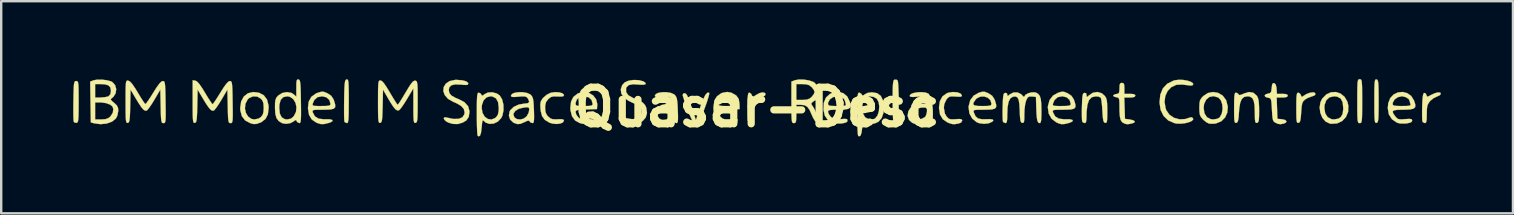
<source format=kicad_pcb>
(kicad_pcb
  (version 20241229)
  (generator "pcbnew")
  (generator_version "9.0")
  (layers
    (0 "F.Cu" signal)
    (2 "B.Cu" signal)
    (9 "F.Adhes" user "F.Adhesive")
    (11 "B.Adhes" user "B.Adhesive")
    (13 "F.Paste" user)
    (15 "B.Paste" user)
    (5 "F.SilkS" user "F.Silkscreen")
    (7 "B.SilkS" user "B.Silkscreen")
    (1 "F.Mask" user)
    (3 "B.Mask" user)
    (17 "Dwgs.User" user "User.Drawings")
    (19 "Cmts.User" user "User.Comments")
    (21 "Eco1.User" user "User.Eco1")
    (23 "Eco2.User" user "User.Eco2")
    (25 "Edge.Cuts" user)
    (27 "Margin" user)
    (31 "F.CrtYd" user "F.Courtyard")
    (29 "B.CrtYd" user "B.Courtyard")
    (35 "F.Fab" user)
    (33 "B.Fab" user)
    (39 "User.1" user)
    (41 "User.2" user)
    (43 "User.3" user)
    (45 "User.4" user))
  (footprint "Quasar-Desc"
    (layer "F.Cu")
    (at 28.496 1.418)
    (property "Reference" "Quasar-Desc" (at 0 0 0) (layer "F.SilkS") (effects (font (size 1.524 1.524) (thickness 0.3))))
    (attr through_hole)
    (fp_poly (pts (xy 5.812 -1.144) (xy 5.846 -1.112) (xy 5.862 -1.039) (xy 5.874 -0.886) (xy 5.883 -0.676) (xy 5.889 -0.429) (xy 5.892 -0.169) (xy 5.891 0.084) (xy 5.886 0.306) (xy 5.877 0.477) (xy 5.864 0.574) (xy 5.862 0.58) (xy 5.793 0.652) (xy 5.7 0.647) (xy 5.673 0.627) (xy 5.661 0.567) (xy 5.652 0.423) (xy 5.644 0.213) (xy 5.64 -0.047) (xy 5.639 -0.264) (xy 5.64 -0.583) (xy 5.644 -0.814) (xy 5.653 -0.973) (xy 5.667 -1.072) (xy 5.689 -1.127) (xy 5.719 -1.152) (xy 5.72 -1.152) (xy 5.812 -1.144)) (stroke (width 0.01) (type solid)) (fill yes) (layer "F.SilkS"))
    (fp_poly (pts (xy -28.335 -1.088) (xy -28.308 -1.065) (xy -28.29 -1.009) (xy -28.279 -0.906) (xy -28.273 -0.742) (xy -28.271 -0.503) (xy -28.27 -0.229) (xy -28.271 0.087) (xy -28.275 0.317) (xy -28.282 0.473) (xy -28.295 0.57) (xy -28.315 0.624) (xy -28.344 0.647) (xy -28.359 0.651) (xy -28.447 0.633) (xy -28.475 0.599) (xy -28.483 0.526) (xy -28.489 0.371) (xy -28.491 0.153) (xy -28.49 -0.111) (xy -28.487 -0.281) (xy -28.482 -0.585) (xy -28.475 -0.802) (xy -28.465 -0.946) (xy -28.45 -1.032) (xy -28.427 -1.076) (xy -28.395 -1.091) (xy -28.372 -1.092) (xy -28.335 -1.088)) (stroke (width 0.01) (type solid)) (fill yes) (layer "F.SilkS"))
    (fp_poly (pts (xy -17.075 -1.158) (xy -17.052 -1.133) (xy -17.036 -1.069) (xy -17.026 -0.955) (xy -17.021 -0.776) (xy -17.018 -0.519) (xy -17.018 -0.258) (xy -17.019 0.073) (xy -17.023 0.315) (xy -17.03 0.481) (xy -17.043 0.585) (xy -17.062 0.641) (xy -17.088 0.66) (xy -17.096 0.66) (xy -17.18 0.624) (xy -17.199 0.595) (xy -17.206 0.524) (xy -17.211 0.37) (xy -17.213 0.152) (xy -17.212 -0.112) (xy -17.21 -0.306) (xy -17.204 -0.617) (xy -17.196 -0.842) (xy -17.185 -0.993) (xy -17.169 -1.087) (xy -17.147 -1.136) (xy -17.116 -1.157) (xy -17.107 -1.159) (xy -17.075 -1.158)) (stroke (width 0.01) (type solid)) (fill yes) (layer "F.SilkS"))
    (fp_poly (pts (xy 25.794 -1.159) (xy 25.826 -1.144) (xy 25.849 -1.106) (xy 25.865 -1.03) (xy 25.875 -0.902) (xy 25.88 -0.708) (xy 25.882 -0.434) (xy 25.883 -0.254) (xy 25.882 0.068) (xy 25.878 0.302) (xy 25.871 0.463) (xy 25.858 0.564) (xy 25.839 0.62) (xy 25.812 0.645) (xy 25.794 0.651) (xy 25.762 0.65) (xy 25.739 0.625) (xy 25.723 0.562) (xy 25.713 0.447) (xy 25.707 0.269) (xy 25.705 0.012) (xy 25.705 -0.254) (xy 25.705 -0.581) (xy 25.708 -0.82) (xy 25.715 -0.984) (xy 25.726 -1.087) (xy 25.743 -1.141) (xy 25.768 -1.16) (xy 25.794 -1.159)) (stroke (width 0.01) (type solid)) (fill yes) (layer "F.SilkS"))
    (fp_poly (pts (xy 25.131 -1.164) (xy 25.158 -1.142) (xy 25.176 -1.088) (xy 25.187 -0.989) (xy 25.194 -0.83) (xy 25.196 -0.599) (xy 25.197 -0.28) (xy 25.197 -0.254) (xy 25.196 0.071) (xy 25.194 0.308) (xy 25.188 0.472) (xy 25.177 0.575) (xy 25.159 0.631) (xy 25.133 0.655) (xy 25.098 0.66) (xy 25.095 0.66) (xy 25.059 0.656) (xy 25.033 0.634) (xy 25.015 0.58) (xy 25.003 0.481) (xy 24.997 0.322) (xy 24.994 0.091) (xy 24.994 -0.228) (xy 24.994 -0.254) (xy 24.994 -0.579) (xy 24.997 -0.816) (xy 25.003 -0.98) (xy 25.014 -1.083) (xy 25.031 -1.139) (xy 25.057 -1.163) (xy 25.092 -1.168) (xy 25.095 -1.168) (xy 25.131 -1.164)) (stroke (width 0.01) (type solid)) (fill yes) (layer "F.SilkS"))
    (fp_poly (pts (xy -2.002 -0.596) (xy -2.005 -0.538) (xy -2.04 -0.405) (xy -2.1 -0.215) (xy -2.181 0.012) (xy -2.19 0.037) (xy -2.288 0.294) (xy -2.364 0.469) (xy -2.424 0.577) (xy -2.477 0.633) (xy -2.524 0.651) (xy -2.645 0.62) (xy -2.709 0.549) (xy -2.756 0.454) (xy -2.825 0.291) (xy -2.904 0.089) (xy -2.983 -0.123) (xy -3.051 -0.316) (xy -3.097 -0.463) (xy -3.109 -0.508) (xy -3.082 -0.572) (xy -3.027 -0.584) (xy -2.978 -0.567) (xy -2.928 -0.504) (xy -2.871 -0.382) (xy -2.798 -0.185) (xy -2.743 -0.025) (xy -2.557 0.533) (xy -2.38 0.004) (xy -2.269 -0.298) (xy -2.171 -0.5) (xy -2.085 -0.603) (xy -2.012 -0.605) (xy -2.002 -0.596)) (stroke (width 0.01) (type solid)) (fill yes) (layer "F.SilkS"))
    (fp_poly (pts (xy 0.318 -0.596) (xy 0.344 -0.553) (xy 0.316 -0.48) (xy 0.215 -0.442) (xy 0.066 -0.387) (xy -0.054 -0.313) (xy -0.117 -0.25) (xy -0.157 -0.17) (xy -0.182 -0.046) (xy -0.199 0.147) (xy -0.203 0.211) (xy -0.219 0.424) (xy -0.24 0.556) (xy -0.271 0.625) (xy -0.316 0.651) (xy -0.318 0.651) (xy -0.354 0.65) (xy -0.379 0.619) (xy -0.395 0.542) (xy -0.403 0.405) (xy -0.406 0.191) (xy -0.406 0.029) (xy -0.404 -0.243) (xy -0.397 -0.428) (xy -0.384 -0.541) (xy -0.361 -0.597) (xy -0.334 -0.61) (xy -0.261 -0.567) (xy -0.229 -0.509) (xy -0.202 -0.444) (xy -0.162 -0.439) (xy -0.075 -0.495) (xy -0.06 -0.506) (xy 0.091 -0.589) (xy 0.226 -0.62) (xy 0.318 -0.596)) (stroke (width 0.01) (type solid)) (fill yes) (layer "F.SilkS"))
    (fp_poly (pts (xy 28.448 -0.61) (xy 28.474 -0.562) (xy 28.429 -0.501) (xy 28.319 -0.449) (xy 28.313 -0.447) (xy 28.172 -0.38) (xy 28.037 -0.268) (xy 28.02 -0.25) (xy 27.951 -0.155) (xy 27.911 -0.055) (xy 27.893 0.083) (xy 27.889 0.283) (xy 27.885 0.482) (xy 27.871 0.599) (xy 27.842 0.651) (xy 27.811 0.66) (xy 27.727 0.623) (xy 27.708 0.594) (xy 27.699 0.518) (xy 27.694 0.364) (xy 27.694 0.158) (xy 27.697 -0.025) (xy 27.708 -0.292) (xy 27.725 -0.47) (xy 27.751 -0.569) (xy 27.778 -0.598) (xy 27.842 -0.575) (xy 27.872 -0.518) (xy 27.895 -0.453) (xy 27.936 -0.444) (xy 28.025 -0.489) (xy 28.059 -0.508) (xy 28.205 -0.577) (xy 28.34 -0.617) (xy 28.346 -0.618) (xy 28.448 -0.61)) (stroke (width 0.01) (type solid)) (fill yes) (layer "F.SilkS"))
    (fp_poly (pts (xy 23.215 -0.61) (xy 23.257 -0.55) (xy 23.209 -0.49) (xy 23.084 -0.444) (xy 23.074 -0.442) (xy 22.926 -0.387) (xy 22.806 -0.313) (xy 22.743 -0.25) (xy 22.703 -0.17) (xy 22.678 -0.046) (xy 22.661 0.147) (xy 22.657 0.211) (xy 22.641 0.424) (xy 22.62 0.556) (xy 22.589 0.625) (xy 22.544 0.651) (xy 22.543 0.651) (xy 22.506 0.65) (xy 22.481 0.619) (xy 22.465 0.542) (xy 22.457 0.405) (xy 22.454 0.191) (xy 22.454 0.029) (xy 22.455 -0.239) (xy 22.461 -0.421) (xy 22.474 -0.533) (xy 22.494 -0.59) (xy 22.526 -0.609) (xy 22.535 -0.61) (xy 22.611 -0.567) (xy 22.643 -0.506) (xy 22.674 -0.435) (xy 22.728 -0.453) (xy 22.752 -0.473) (xy 22.876 -0.55) (xy 23.024 -0.604) (xy 23.155 -0.623) (xy 23.215 -0.61)) (stroke (width 0.01) (type solid)) (fill yes) (layer "F.SilkS"))
    (fp_poly (pts (xy 8.327 -0.622) (xy 8.46 -0.576) (xy 8.523 -0.503) (xy 8.524 -0.5) (xy 8.515 -0.456) (xy 8.454 -0.438) (xy 8.319 -0.442) (xy 8.265 -0.446) (xy 8.101 -0.454) (xy 8.001 -0.437) (xy 7.929 -0.384) (xy 7.882 -0.329) (xy 7.788 -0.128) (xy 7.772 0.025) (xy 7.814 0.262) (xy 7.882 0.38) (xy 7.956 0.461) (xy 8.036 0.499) (xy 8.157 0.504) (xy 8.263 0.497) (xy 8.422 0.488) (xy 8.504 0.5) (xy 8.533 0.539) (xy 8.534 0.561) (xy 8.487 0.639) (xy 8.376 0.679) (xy 8.227 0.704) (xy 8.117 0.699) (xy 7.992 0.659) (xy 7.922 0.631) (xy 7.73 0.501) (xy 7.612 0.302) (xy 7.57 0.037) (xy 7.569 0.018) (xy 7.606 -0.252) (xy 7.714 -0.453) (xy 7.892 -0.581) (xy 7.972 -0.609) (xy 8.155 -0.635) (xy 8.327 -0.622)) (stroke (width 0.01) (type solid)) (fill yes) (layer "F.SilkS"))
    (fp_poly (pts (xy 24.297 -0.57) (xy 24.463 -0.435) (xy 24.58 -0.235) (xy 24.622 -0.064) (xy 24.612 0.191) (xy 24.521 0.408) (xy 24.364 0.574) (xy 24.156 0.672) (xy 23.914 0.689) (xy 23.845 0.678) (xy 23.672 0.594) (xy 23.539 0.438) (xy 23.455 0.236) (xy 23.427 0.025) (xy 23.622 0.025) (xy 23.658 0.254) (xy 23.76 0.414) (xy 23.923 0.497) (xy 24.024 0.508) (xy 24.214 0.473) (xy 24.313 0.401) (xy 24.38 0.281) (xy 24.408 0.101) (xy 24.409 0.025) (xy 24.384 -0.209) (xy 24.303 -0.363) (xy 24.162 -0.442) (xy 24.024 -0.457) (xy 23.834 -0.414) (xy 23.701 -0.291) (xy 23.631 -0.096) (xy 23.622 0.025) (xy 23.427 0.025) (xy 23.425 0.012) (xy 23.459 -0.208) (xy 23.53 -0.356) (xy 23.7 -0.532) (xy 23.897 -0.624) (xy 24.103 -0.635) (xy 24.297 -0.57)) (stroke (width 0.01) (type solid)) (fill yes) (layer "F.SilkS"))
    (fp_poly (pts (xy -20.76 -0.605) (xy -20.559 -0.502) (xy -20.425 -0.325) (xy -20.361 -0.079) (xy -20.356 0.029) (xy -20.387 0.292) (xy -20.485 0.485) (xy -20.654 0.617) (xy -20.703 0.639) (xy -20.858 0.693) (xy -20.979 0.7) (xy -21.107 0.668) (xy -21.328 0.553) (xy -21.469 0.376) (xy -21.534 0.133) (xy -21.538 0.05) (xy -21.343 0.05) (xy -21.303 0.235) (xy -21.21 0.389) (xy -21.071 0.486) (xy -20.951 0.508) (xy -20.775 0.472) (xy -20.676 0.406) (xy -20.604 0.313) (xy -20.57 0.195) (xy -20.561 0.025) (xy -20.571 -0.152) (xy -20.607 -0.267) (xy -20.676 -0.356) (xy -20.829 -0.445) (xy -21.005 -0.454) (xy -21.167 -0.385) (xy -21.231 -0.323) (xy -21.322 -0.145) (xy -21.343 0.05) (xy -21.538 0.05) (xy -21.539 0.025) (xy -21.5 -0.243) (xy -21.389 -0.448) (xy -21.218 -0.582) (xy -20.996 -0.635) (xy -20.76 -0.605)) (stroke (width 0.01) (type solid)) (fill yes) (layer "F.SilkS"))
    (fp_poly (pts (xy -8.261 -0.621) (xy -8.128 -0.585) (xy -8.057 -0.528) (xy -8.052 -0.506) (xy -8.075 -0.462) (xy -8.159 -0.445) (xy -8.316 -0.449) (xy -8.485 -0.452) (xy -8.595 -0.426) (xy -8.687 -0.359) (xy -8.71 -0.337) (xy -8.799 -0.219) (xy -8.835 -0.074) (xy -8.839 0.025) (xy -8.823 0.202) (xy -8.763 0.328) (xy -8.71 0.388) (xy -8.616 0.466) (xy -8.514 0.5) (xy -8.363 0.503) (xy -8.316 0.5) (xy -8.155 0.496) (xy -8.074 0.514) (xy -8.052 0.557) (xy -8.097 0.632) (xy -8.212 0.68) (xy -8.37 0.697) (xy -8.542 0.678) (xy -8.661 0.64) (xy -8.849 0.526) (xy -8.964 0.372) (xy -9.022 0.153) (xy -9.032 0.059) (xy -9.039 -0.118) (xy -9.02 -0.236) (xy -8.964 -0.336) (xy -8.917 -0.395) (xy -8.773 -0.52) (xy -8.606 -0.603) (xy -8.594 -0.606) (xy -8.427 -0.63) (xy -8.261 -0.621)) (stroke (width 0.01) (type solid)) (fill yes) (layer "F.SilkS"))
    (fp_poly (pts (xy 17.738 -1.139) (xy 17.918 -1.108) (xy 18.064 -1.059) (xy 18.15 -0.998) (xy 18.161 -0.965) (xy 18.122 -0.908) (xy 18.034 -0.905) (xy 17.9 -0.922) (xy 17.73 -0.943) (xy 17.697 -0.947) (xy 17.455 -0.935) (xy 17.25 -0.84) (xy 17.094 -0.679) (xy 16.996 -0.468) (xy 16.965 -0.221) (xy 17.01 0.045) (xy 17.04 0.128) (xy 17.169 0.312) (xy 17.36 0.44) (xy 17.589 0.503) (xy 17.828 0.491) (xy 17.957 0.448) (xy 18.077 0.415) (xy 18.142 0.444) (xy 18.16 0.509) (xy 18.097 0.572) (xy 17.974 0.626) (xy 17.812 0.666) (xy 17.632 0.685) (xy 17.455 0.677) (xy 17.38 0.662) (xy 17.121 0.55) (xy 16.926 0.363) (xy 16.802 0.113) (xy 16.756 -0.192) (xy 16.756 -0.198) (xy 16.789 -0.527) (xy 16.896 -0.787) (xy 17.077 -0.979) (xy 17.335 -1.107) (xy 17.389 -1.123) (xy 17.552 -1.145) (xy 17.738 -1.139)) (stroke (width 0.01) (type solid)) (fill yes) (layer "F.SilkS"))
    (fp_poly (pts (xy 21.592 -0.957) (xy 21.626 -0.83) (xy 21.631 -0.774) (xy 21.647 -0.559) (xy 21.872 -0.559) (xy 22.022 -0.549) (xy 22.089 -0.514) (xy 22.098 -0.483) (xy 22.068 -0.433) (xy 21.967 -0.41) (xy 21.867 -0.406) (xy 21.637 -0.406) (xy 21.666 0.483) (xy 21.857 0.498) (xy 21.99 0.53) (xy 22.046 0.583) (xy 22.018 0.642) (xy 21.933 0.679) (xy 21.796 0.706) (xy 21.691 0.691) (xy 21.59 0.646) (xy 21.53 0.609) (xy 21.491 0.556) (xy 21.467 0.467) (xy 21.451 0.318) (xy 21.438 0.1) (xy 21.425 -0.123) (xy 21.411 -0.264) (xy 21.389 -0.344) (xy 21.353 -0.38) (xy 21.296 -0.394) (xy 21.273 -0.397) (xy 21.171 -0.431) (xy 21.133 -0.483) (xy 21.177 -0.538) (xy 21.273 -0.568) (xy 21.361 -0.59) (xy 21.406 -0.647) (xy 21.425 -0.77) (xy 21.428 -0.803) (xy 21.446 -0.943) (xy 21.482 -1.002) (xy 21.53 -1.006) (xy 21.592 -0.957)) (stroke (width 0.01) (type solid)) (fill yes) (layer "F.SilkS"))
    (fp_poly (pts (xy 19.196 -0.599) (xy 19.385 -0.488) (xy 19.522 -0.309) (xy 19.537 -0.277) (xy 19.6 -0.021) (xy 19.58 0.221) (xy 19.485 0.429) (xy 19.324 0.587) (xy 19.106 0.674) (xy 19.073 0.68) (xy 18.924 0.688) (xy 18.816 0.678) (xy 18.713 0.628) (xy 18.591 0.531) (xy 18.562 0.502) (xy 18.48 0.405) (xy 18.436 0.307) (xy 18.418 0.171) (xy 18.415 0.025) (xy 18.593 0.025) (xy 18.628 0.254) (xy 18.731 0.414) (xy 18.894 0.497) (xy 18.995 0.508) (xy 19.167 0.48) (xy 19.265 0.419) (xy 19.349 0.265) (xy 19.383 0.072) (xy 19.368 -0.125) (xy 19.308 -0.295) (xy 19.205 -0.405) (xy 19.202 -0.407) (xy 19.009 -0.463) (xy 18.836 -0.43) (xy 18.699 -0.318) (xy 18.613 -0.139) (xy 18.593 0.025) (xy 18.415 0.025) (xy 18.415 0.023) (xy 18.42 -0.162) (xy 18.442 -0.282) (xy 18.494 -0.374) (xy 18.577 -0.465) (xy 18.768 -0.592) (xy 18.982 -0.635) (xy 19.196 -0.599)) (stroke (width 0.01) (type solid)) (fill yes) (layer "F.SilkS"))
    (fp_poly (pts (xy 15.253 -1.001) (xy 15.283 -0.939) (xy 15.291 -0.804) (xy 15.291 -0.787) (xy 15.291 -0.559) (xy 15.519 -0.559) (xy 15.67 -0.549) (xy 15.739 -0.515) (xy 15.748 -0.483) (xy 15.718 -0.433) (xy 15.617 -0.41) (xy 15.517 -0.406) (xy 15.287 -0.406) (xy 15.316 0.483) (xy 15.515 0.508) (xy 15.664 0.543) (xy 15.727 0.591) (xy 15.702 0.641) (xy 15.591 0.679) (xy 15.463 0.702) (xy 15.385 0.703) (xy 15.307 0.682) (xy 15.291 0.676) (xy 15.197 0.621) (xy 15.136 0.526) (xy 15.102 0.372) (xy 15.088 0.141) (xy 15.088 0.044) (xy 15.086 -0.168) (xy 15.079 -0.3) (xy 15.06 -0.372) (xy 15.022 -0.403) (xy 14.962 -0.415) (xy 14.959 -0.416) (xy 14.848 -0.45) (xy 14.826 -0.499) (xy 14.897 -0.54) (xy 14.948 -0.549) (xy 15.035 -0.569) (xy 15.075 -0.62) (xy 15.087 -0.732) (xy 15.088 -0.791) (xy 15.094 -0.932) (xy 15.123 -0.999) (xy 15.184 -1.016) (xy 15.189 -1.016) (xy 15.253 -1.001)) (stroke (width 0.01) (type solid)) (fill yes) (layer "F.SilkS"))
    (fp_poly (pts (xy -12.295 -1.124) (xy -12.13 -1.081) (xy -12.047 -1.017) (xy -12.04 -0.987) (xy -12.056 -0.945) (xy -12.119 -0.928) (xy -12.25 -0.934) (xy -12.337 -0.943) (xy -12.583 -0.953) (xy -12.746 -0.915) (xy -12.832 -0.826) (xy -12.852 -0.717) (xy -12.826 -0.589) (xy -12.738 -0.485) (xy -12.572 -0.391) (xy -12.434 -0.335) (xy -12.196 -0.209) (xy -12.046 -0.041) (xy -11.989 0.165) (xy -11.989 0.188) (xy -12.02 0.402) (xy -12.121 0.55) (xy -12.271 0.639) (xy -12.474 0.699) (xy -12.673 0.694) (xy -12.852 0.645) (xy -12.964 0.587) (xy -13.037 0.515) (xy -13.061 0.452) (xy -13.027 0.418) (xy -12.946 0.427) (xy -12.663 0.487) (xy -12.44 0.483) (xy -12.284 0.419) (xy -12.203 0.295) (xy -12.192 0.21) (xy -12.225 0.07) (xy -12.332 -0.051) (xy -12.523 -0.165) (xy -12.663 -0.225) (xy -12.882 -0.35) (xy -13.019 -0.506) (xy -13.079 -0.676) (xy -13.062 -0.842) (xy -12.973 -0.986) (xy -12.813 -1.091) (xy -12.585 -1.14) (xy -12.527 -1.141) (xy -12.295 -1.124)) (stroke (width 0.01) (type solid)) (fill yes) (layer "F.SilkS"))
    (fp_poly (pts (xy 20.661 -0.607) (xy 20.803 -0.487) (xy 20.818 -0.466) (xy 20.863 -0.369) (xy 20.89 -0.23) (xy 20.902 -0.025) (xy 20.904 0.149) (xy 20.902 0.377) (xy 20.893 0.522) (xy 20.874 0.604) (xy 20.841 0.642) (xy 20.815 0.65) (xy 20.773 0.649) (xy 20.746 0.611) (xy 20.732 0.518) (xy 20.727 0.353) (xy 20.726 0.218) (xy 20.716 -0.068) (xy 20.681 -0.266) (xy 20.615 -0.388) (xy 20.515 -0.447) (xy 20.427 -0.457) (xy 20.285 -0.432) (xy 20.185 -0.348) (xy 20.118 -0.193) (xy 20.078 0.044) (xy 20.066 0.195) (xy 20.05 0.413) (xy 20.03 0.548) (xy 20.001 0.621) (xy 19.959 0.649) (xy 19.952 0.651) (xy 19.915 0.65) (xy 19.89 0.619) (xy 19.874 0.542) (xy 19.866 0.405) (xy 19.863 0.191) (xy 19.863 0.029) (xy 19.865 -0.24) (xy 19.871 -0.423) (xy 19.884 -0.535) (xy 19.905 -0.592) (xy 19.937 -0.609) (xy 19.941 -0.61) (xy 20.025 -0.571) (xy 20.045 -0.541) (xy 20.08 -0.506) (xy 20.156 -0.52) (xy 20.266 -0.569) (xy 20.48 -0.635) (xy 20.661 -0.607)) (stroke (width 0.01) (type solid)) (fill yes) (layer "F.SilkS"))
    (fp_poly (pts (xy 14.354 -0.581) (xy 14.479 -0.47) (xy 14.527 -0.394) (xy 14.557 -0.297) (xy 14.573 -0.156) (xy 14.579 0.053) (xy 14.58 0.163) (xy 14.578 0.394) (xy 14.571 0.54) (xy 14.555 0.62) (xy 14.527 0.651) (xy 14.491 0.651) (xy 14.448 0.628) (xy 14.418 0.567) (xy 14.398 0.45) (xy 14.382 0.256) (xy 14.376 0.152) (xy 14.361 -0.065) (xy 14.341 -0.245) (xy 14.32 -0.365) (xy 14.31 -0.394) (xy 14.225 -0.444) (xy 14.089 -0.454) (xy 13.948 -0.42) (xy 13.921 -0.407) (xy 13.818 -0.296) (xy 13.75 -0.093) (xy 13.718 0.196) (xy 13.716 0.312) (xy 13.712 0.502) (xy 13.695 0.61) (xy 13.663 0.655) (xy 13.638 0.66) (xy 13.554 0.623) (xy 13.535 0.594) (xy 13.526 0.518) (xy 13.521 0.364) (xy 13.52 0.157) (xy 13.524 -0.028) (xy 13.532 -0.275) (xy 13.544 -0.439) (xy 13.562 -0.535) (xy 13.591 -0.584) (xy 13.627 -0.6) (xy 13.699 -0.582) (xy 13.716 -0.508) (xy 13.723 -0.433) (xy 13.76 -0.445) (xy 13.8 -0.483) (xy 13.98 -0.605) (xy 14.172 -0.637) (xy 14.354 -0.581)) (stroke (width 0.01) (type solid)) (fill yes) (layer "F.SilkS"))
    (fp_poly (pts (xy -4.933 -1.129) (xy -4.749 -1.079) (xy -4.732 -1.071) (xy -4.649 -1.007) (xy -4.658 -0.96) (xy -4.748 -0.936) (xy -4.91 -0.942) (xy -4.929 -0.945) (xy -5.183 -0.959) (xy -5.354 -0.923) (xy -5.448 -0.835) (xy -5.465 -0.791) (xy -5.464 -0.631) (xy -5.371 -0.499) (xy -5.182 -0.391) (xy -5.144 -0.376) (xy -4.917 -0.281) (xy -4.767 -0.191) (xy -4.675 -0.09) (xy -4.623 0.024) (xy -4.594 0.244) (xy -4.649 0.43) (xy -4.777 0.573) (xy -4.964 0.664) (xy -5.196 0.691) (xy -5.459 0.645) (xy -5.461 0.645) (xy -5.61 0.575) (xy -5.68 0.492) (xy -5.682 0.487) (xy -5.679 0.421) (xy -5.616 0.418) (xy -5.58 0.428) (xy -5.455 0.457) (xy -5.286 0.485) (xy -5.229 0.492) (xy -5.025 0.488) (xy -4.894 0.417) (xy -4.833 0.274) (xy -4.826 0.18) (xy -4.838 0.059) (xy -4.886 -0.027) (xy -4.992 -0.1) (xy -5.175 -0.178) (xy -5.182 -0.181) (xy -5.355 -0.265) (xy -5.513 -0.368) (xy -5.552 -0.4) (xy -5.663 -0.563) (xy -5.687 -0.747) (xy -5.627 -0.923) (xy -5.521 -1.036) (xy -5.362 -1.106) (xy -5.152 -1.137) (xy -4.933 -1.129)) (stroke (width 0.01) (type solid)) (fill yes) (layer "F.SilkS"))
    (fp_poly (pts (xy -7.01 -0.597) (xy -6.836 -0.491) (xy -6.714 -0.332) (xy -6.665 -0.133) (xy -6.666 -0.076) (xy -6.68 0.076) (xy -7.125 0.091) (xy -7.339 0.1) (xy -7.471 0.113) (xy -7.54 0.136) (xy -7.566 0.173) (xy -7.569 0.205) (xy -7.535 0.313) (xy -7.463 0.411) (xy -7.38 0.474) (xy -7.273 0.501) (xy -7.106 0.502) (xy -7.074 0.5) (xy -6.892 0.501) (xy -6.788 0.527) (xy -6.768 0.57) (xy -6.839 0.621) (xy -6.944 0.657) (xy -7.091 0.694) (xy -7.196 0.702) (xy -7.311 0.68) (xy -7.401 0.655) (xy -7.59 0.551) (xy -7.719 0.371) (xy -7.782 0.127) (xy -7.787 0.022) (xy -7.765 -0.17) (xy -7.569 -0.17) (xy -7.563 -0.108) (xy -7.529 -0.072) (xy -7.447 -0.056) (xy -7.292 -0.051) (xy -7.214 -0.051) (xy -7.025 -0.054) (xy -6.917 -0.068) (xy -6.868 -0.097) (xy -6.858 -0.141) (xy -6.903 -0.302) (xy -7.024 -0.414) (xy -7.197 -0.457) (xy -7.2 -0.457) (xy -7.387 -0.422) (xy -7.516 -0.326) (xy -7.569 -0.184) (xy -7.569 -0.17) (xy -7.765 -0.17) (xy -7.757 -0.239) (xy -7.661 -0.43) (xy -7.492 -0.563) (xy -7.428 -0.593) (xy -7.214 -0.636) (xy -7.01 -0.597)) (stroke (width 0.01) (type solid)) (fill yes) (layer "F.SilkS"))
    (fp_poly (pts (xy -1.1 -0.611) (xy -1.056 -0.594) (xy -0.874 -0.488) (xy -0.774 -0.348) (xy -0.741 -0.146) (xy -0.741 -0.137) (xy -0.737 0.076) (xy -1.181 0.091) (xy -1.395 0.1) (xy -1.527 0.113) (xy -1.597 0.136) (xy -1.623 0.173) (xy -1.626 0.205) (xy -1.591 0.312) (xy -1.518 0.413) (xy -1.441 0.474) (xy -1.349 0.501) (xy -1.207 0.501) (xy -1.111 0.494) (xy -0.937 0.484) (xy -0.844 0.495) (xy -0.813 0.529) (xy -0.813 0.536) (xy -0.858 0.599) (xy -0.972 0.653) (xy -1.122 0.687) (xy -1.275 0.695) (xy -1.372 0.678) (xy -1.598 0.571) (xy -1.743 0.419) (xy -1.815 0.206) (xy -1.829 0.015) (xy -1.807 -0.141) (xy -1.626 -0.141) (xy -1.613 -0.093) (xy -1.559 -0.066) (xy -1.445 -0.053) (xy -1.27 -0.051) (xy -1.082 -0.054) (xy -0.974 -0.068) (xy -0.925 -0.097) (xy -0.914 -0.141) (xy -0.959 -0.303) (xy -1.081 -0.414) (xy -1.261 -0.457) (xy -1.27 -0.457) (xy -1.453 -0.418) (xy -1.577 -0.309) (xy -1.626 -0.149) (xy -1.626 -0.141) (xy -1.807 -0.141) (xy -1.792 -0.253) (xy -1.683 -0.453) (xy -1.506 -0.581) (xy -1.427 -0.608) (xy -1.251 -0.638) (xy -1.1 -0.611)) (stroke (width 0.01) (type solid)) (fill yes) (layer "F.SilkS"))
    (fp_poly (pts (xy 9.477 -0.643) (xy 9.607 -0.591) (xy 9.631 -0.58) (xy 9.786 -0.477) (xy 9.88 -0.332) (xy 9.902 -0.275) (xy 9.949 -0.114) (xy 9.951 -0.007) (xy 9.895 0.058) (xy 9.767 0.09) (xy 9.557 0.101) (xy 9.447 0.102) (xy 9.229 0.103) (xy 9.096 0.109) (xy 9.028 0.125) (xy 9.007 0.156) (xy 9.017 0.206) (xy 9.02 0.216) (xy 9.092 0.377) (xy 9.2 0.468) (xy 9.368 0.501) (xy 9.507 0.499) (xy 9.709 0.495) (xy 9.815 0.514) (xy 9.831 0.556) (xy 9.79 0.6) (xy 9.643 0.668) (xy 9.447 0.69) (xy 9.247 0.664) (xy 9.144 0.625) (xy 8.955 0.474) (xy 8.838 0.262) (xy 8.802 0.01) (xy 8.805 -0.044) (xy 8.826 -0.12) (xy 8.994 -0.12) (xy 9.053 -0.075) (xy 9.197 -0.054) (xy 9.373 -0.051) (xy 9.567 -0.053) (xy 9.682 -0.064) (xy 9.737 -0.089) (xy 9.753 -0.134) (xy 9.754 -0.152) (xy 9.711 -0.297) (xy 9.6 -0.398) (xy 9.451 -0.449) (xy 9.29 -0.443) (xy 9.145 -0.373) (xy 9.097 -0.323) (xy 9.012 -0.2) (xy 8.994 -0.12) (xy 8.826 -0.12) (xy 8.873 -0.299) (xy 9.016 -0.486) (xy 9.229 -0.605) (xy 9.37 -0.646) (xy 9.477 -0.643)) (stroke (width 0.01) (type solid)) (fill yes) (layer "F.SilkS"))
    (fp_poly (pts (xy -27.295 -1.15) (xy -27.088 -1.124) (xy -26.919 -1.078) (xy -26.872 -1.055) (xy -26.753 -0.927) (xy -26.705 -0.759) (xy -26.728 -0.584) (xy -26.822 -0.433) (xy -26.867 -0.396) (xy -26.925 -0.348) (xy -26.926 -0.305) (xy -26.86 -0.239) (xy -26.794 -0.186) (xy -26.677 -0.075) (xy -26.628 0.037) (xy -26.619 0.148) (xy -26.656 0.35) (xy -26.723 0.474) (xy -26.881 0.6) (xy -27.103 0.679) (xy -27.359 0.704) (xy -27.621 0.67) (xy -27.635 0.666) (xy -27.762 0.631) (xy -27.776 -0.203) (xy -27.584 -0.203) (xy -27.584 0.508) (xy -27.328 0.508) (xy -27.149 0.496) (xy -27.028 0.45) (xy -26.947 0.383) (xy -26.848 0.232) (xy -26.826 0.07) (xy -26.862 -0.035) (xy -26.96 -0.112) (xy -27.126 -0.172) (xy -27.326 -0.201) (xy -27.385 -0.203) (xy -27.584 -0.203) (xy -27.776 -0.203) (xy -27.776 -0.219) (xy -27.788 -0.965) (xy -27.584 -0.965) (xy -27.584 -0.406) (xy -27.352 -0.406) (xy -27.188 -0.418) (xy -27.054 -0.446) (xy -27.022 -0.459) (xy -26.944 -0.55) (xy -26.924 -0.686) (xy -26.949 -0.827) (xy -27.033 -0.915) (xy -27.19 -0.957) (xy -27.352 -0.965) (xy -27.584 -0.965) (xy -27.788 -0.965) (xy -27.79 -1.068) (xy -27.649 -1.123) (xy -27.497 -1.151) (xy -27.295 -1.15)) (stroke (width 0.01) (type solid)) (fill yes) (layer "F.SilkS"))
    (fp_poly (pts (xy -10.849 -0.573) (xy -10.729 -0.491) (xy -10.63 -0.33) (xy -10.576 -0.113) (xy -10.571 0.124) (xy -10.616 0.343) (xy -10.665 0.446) (xy -10.804 0.595) (xy -10.978 0.679) (xy -11.159 0.693) (xy -11.321 0.634) (xy -11.388 0.573) (xy -11.425 0.543) (xy -11.449 0.571) (xy -11.466 0.672) (xy -11.481 0.839) (xy -11.509 1.063) (xy -11.553 1.187) (xy -11.613 1.212) (xy -11.649 1.186) (xy -11.66 1.126) (xy -11.67 0.982) (xy -11.678 0.771) (xy -11.683 0.509) (xy -11.684 0.271) (xy -11.683 0.025) (xy -11.481 0.025) (xy -11.447 0.233) (xy -11.356 0.391) (xy -11.226 0.487) (xy -11.076 0.511) (xy -10.924 0.451) (xy -10.871 0.406) (xy -10.806 0.309) (xy -10.775 0.165) (xy -10.77 0.025) (xy -10.798 -0.214) (xy -10.884 -0.371) (xy -11.03 -0.448) (xy -11.122 -0.457) (xy -11.282 -0.411) (xy -11.403 -0.285) (xy -11.471 -0.095) (xy -11.481 0.025) (xy -11.683 0.025) (xy -11.683 -0.052) (xy -11.679 -0.286) (xy -11.671 -0.446) (xy -11.657 -0.544) (xy -11.637 -0.594) (xy -11.61 -0.609) (xy -11.606 -0.61) (xy -11.522 -0.568) (xy -11.498 -0.531) (xy -11.466 -0.482) (xy -11.414 -0.504) (xy -11.374 -0.538) (xy -11.223 -0.613) (xy -11.035 -0.624) (xy -10.849 -0.573)) (stroke (width 0.01) (type solid)) (fill yes) (layer "F.SilkS"))
    (fp_poly (pts (xy 12.779 -0.643) (xy 12.909 -0.591) (xy 12.933 -0.58) (xy 13.088 -0.477) (xy 13.182 -0.332) (xy 13.204 -0.275) (xy 13.251 -0.114) (xy 13.253 -0.007) (xy 13.197 0.058) (xy 13.069 0.09) (xy 12.859 0.101) (xy 12.749 0.102) (xy 12.531 0.103) (xy 12.398 0.109) (xy 12.329 0.125) (xy 12.308 0.156) (xy 12.317 0.206) (xy 12.32 0.216) (xy 12.407 0.379) (xy 12.558 0.473) (xy 12.781 0.502) (xy 12.846 0.499) (xy 13.026 0.501) (xy 13.127 0.528) (xy 13.144 0.571) (xy 13.069 0.623) (xy 12.97 0.657) (xy 12.792 0.699) (xy 12.663 0.703) (xy 12.538 0.665) (xy 12.446 0.622) (xy 12.258 0.475) (xy 12.14 0.266) (xy 12.104 0.015) (xy 12.107 -0.044) (xy 12.124 -0.107) (xy 12.309 -0.107) (xy 12.327 -0.073) (xy 12.396 -0.057) (xy 12.534 -0.051) (xy 12.671 -0.051) (xy 12.869 -0.054) (xy 12.985 -0.066) (xy 13.04 -0.091) (xy 13.056 -0.135) (xy 13.056 -0.141) (xy 13.011 -0.303) (xy 12.89 -0.414) (xy 12.712 -0.457) (xy 12.705 -0.457) (xy 12.514 -0.42) (xy 12.383 -0.303) (xy 12.322 -0.165) (xy 12.309 -0.107) (xy 12.124 -0.107) (xy 12.175 -0.299) (xy 12.318 -0.486) (xy 12.531 -0.605) (xy 12.672 -0.646) (xy 12.779 -0.643)) (stroke (width 0.01) (type solid)) (fill yes) (layer "F.SilkS"))
    (fp_poly (pts (xy -18.057 -0.643) (xy -17.926 -0.591) (xy -17.903 -0.58) (xy -17.748 -0.477) (xy -17.654 -0.332) (xy -17.632 -0.275) (xy -17.585 -0.114) (xy -17.583 -0.007) (xy -17.639 0.058) (xy -17.766 0.09) (xy -17.977 0.101) (xy -18.087 0.102) (xy -18.304 0.103) (xy -18.438 0.109) (xy -18.506 0.125) (xy -18.527 0.156) (xy -18.518 0.206) (xy -18.516 0.216) (xy -18.428 0.379) (xy -18.277 0.473) (xy -18.054 0.502) (xy -17.99 0.499) (xy -17.81 0.501) (xy -17.709 0.528) (xy -17.692 0.571) (xy -17.766 0.623) (xy -17.866 0.657) (xy -18.044 0.699) (xy -18.175 0.702) (xy -18.307 0.664) (xy -18.373 0.637) (xy -18.56 0.509) (xy -18.673 0.316) (xy -18.717 0.052) (xy -18.717 0.023) (xy -18.701 -0.107) (xy -18.527 -0.107) (xy -18.509 -0.073) (xy -18.44 -0.057) (xy -18.302 -0.051) (xy -18.164 -0.051) (xy -17.967 -0.054) (xy -17.851 -0.066) (xy -17.795 -0.091) (xy -17.78 -0.135) (xy -17.78 -0.141) (xy -17.825 -0.303) (xy -17.946 -0.414) (xy -18.124 -0.457) (xy -18.131 -0.457) (xy -18.322 -0.42) (xy -18.453 -0.303) (xy -18.514 -0.165) (xy -18.527 -0.107) (xy -18.701 -0.107) (xy -18.685 -0.239) (xy -18.577 -0.434) (xy -18.391 -0.57) (xy -18.305 -0.605) (xy -18.164 -0.646) (xy -18.057 -0.643)) (stroke (width 0.01) (type solid)) (fill yes) (layer "F.SilkS"))
    (fp_poly (pts (xy 27.076 -0.588) (xy 27.242 -0.468) (xy 27.36 -0.275) (xy 27.409 -0.118) (xy 27.407 -0.011) (xy 27.342 0.055) (xy 27.202 0.089) (xy 26.977 0.101) (xy 26.892 0.102) (xy 26.663 0.107) (xy 26.525 0.128) (xy 26.469 0.173) (xy 26.487 0.251) (xy 26.569 0.37) (xy 26.577 0.38) (xy 26.647 0.459) (xy 26.72 0.497) (xy 26.83 0.505) (xy 26.983 0.494) (xy 27.157 0.484) (xy 27.25 0.495) (xy 27.279 0.531) (xy 27.28 0.535) (xy 27.267 0.596) (xy 27.213 0.635) (xy 27.095 0.664) (xy 27 0.679) (xy 26.783 0.679) (xy 26.645 0.641) (xy 26.437 0.498) (xy 26.309 0.296) (xy 26.264 0.04) (xy 26.282 -0.143) (xy 26.467 -0.143) (xy 26.478 -0.096) (xy 26.527 -0.068) (xy 26.633 -0.055) (xy 26.817 -0.051) (xy 26.853 -0.051) (xy 27.05 -0.054) (xy 27.162 -0.065) (xy 27.21 -0.088) (xy 27.21 -0.127) (xy 27.209 -0.131) (xy 27.181 -0.226) (xy 27.178 -0.255) (xy 27.133 -0.346) (xy 27.02 -0.42) (xy 26.873 -0.456) (xy 26.846 -0.457) (xy 26.682 -0.419) (xy 26.547 -0.323) (xy 26.473 -0.192) (xy 26.467 -0.143) (xy 26.282 -0.143) (xy 26.284 -0.169) (xy 26.366 -0.382) (xy 26.508 -0.532) (xy 26.688 -0.618) (xy 26.884 -0.637) (xy 27.076 -0.588)) (stroke (width 0.01) (type solid)) (fill yes) (layer "F.SilkS"))
    (fp_poly (pts (xy -19.113 -1.159) (xy -19.081 -1.144) (xy -19.057 -1.105) (xy -19.04 -1.027) (xy -19.028 -0.896) (xy -19.02 -0.699) (xy -19.014 -0.421) (xy -19.011 -0.241) (xy -19.007 0.085) (xy -19.007 0.323) (xy -19.012 0.486) (xy -19.023 0.587) (xy -19.04 0.641) (xy -19.066 0.66) (xy -19.076 0.66) (xy -19.161 0.619) (xy -19.185 0.582) (xy -19.217 0.53) (xy -19.269 0.553) (xy -19.301 0.581) (xy -19.447 0.66) (xy -19.629 0.691) (xy -19.787 0.665) (xy -19.937 0.575) (xy -20.031 0.445) (xy -20.079 0.256) (xy -20.091 0.025) (xy -19.914 0.025) (xy -19.889 0.265) (xy -19.811 0.421) (xy -19.678 0.498) (xy -19.584 0.508) (xy -19.421 0.474) (xy -19.308 0.374) (xy -19.217 0.196) (xy -19.196 0.002) (xy -19.235 -0.183) (xy -19.328 -0.337) (xy -19.465 -0.435) (xy -19.584 -0.457) (xy -19.748 -0.421) (xy -19.854 -0.307) (xy -19.907 -0.113) (xy -19.914 0.025) (xy -20.091 0.025) (xy -20.091 0.021) (xy -20.088 -0.179) (xy -20.071 -0.308) (xy -20.034 -0.398) (xy -19.967 -0.478) (xy -19.957 -0.488) (xy -19.793 -0.593) (xy -19.6 -0.632) (xy -19.415 -0.602) (xy -19.308 -0.537) (xy -19.202 -0.441) (xy -19.202 -0.809) (xy -19.2 -0.999) (xy -19.188 -1.108) (xy -19.162 -1.155) (xy -19.117 -1.159) (xy -19.113 -1.159)) (stroke (width 0.01) (type solid)) (fill yes) (layer "F.SilkS"))
    (fp_poly (pts (xy -3.766 -0.626) (xy -3.598 -0.597) (xy -3.468 -0.539) (xy -3.439 -0.516) (xy -3.389 -0.453) (xy -3.355 -0.371) (xy -3.333 -0.248) (xy -3.318 -0.061) (xy -3.31 0.127) (xy -3.303 0.367) (xy -3.304 0.523) (xy -3.316 0.612) (xy -3.34 0.652) (xy -3.374 0.66) (xy -3.462 0.624) (xy -3.484 0.591) (xy -3.519 0.555) (xy -3.593 0.568) (xy -3.697 0.616) (xy -3.867 0.69) (xy -3.998 0.704) (xy -4.133 0.661) (xy -4.165 0.646) (xy -4.299 0.528) (xy -4.357 0.365) (xy -4.345 0.289) (xy -4.154 0.289) (xy -4.147 0.373) (xy -4.076 0.48) (xy -3.951 0.529) (xy -3.804 0.516) (xy -3.665 0.44) (xy -3.636 0.41) (xy -3.57 0.299) (xy -3.523 0.155) (xy -3.523 0.154) (xy -3.49 -0.015) (xy -3.732 0.012) (xy -3.95 0.065) (xy -4.094 0.16) (xy -4.154 0.289) (xy -4.345 0.289) (xy -4.33 0.192) (xy -4.315 0.162) (xy -4.184 0.016) (xy -3.987 -0.093) (xy -3.761 -0.149) (xy -3.692 -0.152) (xy -3.568 -0.158) (xy -3.522 -0.187) (xy -3.53 -0.255) (xy -3.534 -0.267) (xy -3.582 -0.372) (xy -3.66 -0.429) (xy -3.792 -0.446) (xy -3.975 -0.435) (xy -4.144 -0.424) (xy -4.234 -0.434) (xy -4.266 -0.469) (xy -4.267 -0.482) (xy -4.222 -0.555) (xy -4.106 -0.604) (xy -3.944 -0.628) (xy -3.766 -0.626)) (stroke (width 0.01) (type solid)) (fill yes) (layer "F.SilkS"))
    (fp_poly (pts (xy 4.992 -0.587) (xy 5.144 -0.474) (xy 5.237 -0.282) (xy 5.273 -0.061) (xy 5.26 0.22) (xy 5.183 0.444) (xy 5.051 0.601) (xy 4.874 0.681) (xy 4.659 0.676) (xy 4.615 0.664) (xy 4.489 0.613) (xy 4.417 0.558) (xy 4.411 0.544) (xy 4.403 0.559) (xy 4.39 0.655) (xy 4.374 0.812) (xy 4.373 0.834) (xy 4.342 1.06) (xy 4.297 1.186) (xy 4.237 1.212) (xy 4.201 1.186) (xy 4.189 1.126) (xy 4.179 0.982) (xy 4.172 0.771) (xy 4.167 0.509) (xy 4.166 0.271) (xy 4.166 0.025) (xy 4.369 0.025) (xy 4.4 0.26) (xy 4.493 0.419) (xy 4.643 0.498) (xy 4.724 0.506) (xy 4.845 0.492) (xy 4.907 0.469) (xy 5.005 0.35) (xy 5.064 0.172) (xy 5.082 -0.029) (xy 5.054 -0.217) (xy 4.979 -0.355) (xy 4.978 -0.356) (xy 4.848 -0.431) (xy 4.688 -0.456) (xy 4.55 -0.424) (xy 4.542 -0.418) (xy 4.445 -0.301) (xy 4.383 -0.121) (xy 4.369 0.025) (xy 4.166 0.025) (xy 4.167 -0.052) (xy 4.171 -0.286) (xy 4.179 -0.446) (xy 4.192 -0.544) (xy 4.212 -0.594) (xy 4.24 -0.609) (xy 4.243 -0.61) (xy 4.328 -0.568) (xy 4.351 -0.531) (xy 4.383 -0.482) (xy 4.436 -0.504) (xy 4.476 -0.538) (xy 4.601 -0.6) (xy 4.776 -0.623) (xy 4.779 -0.623) (xy 4.992 -0.587)) (stroke (width 0.01) (type solid)) (fill yes) (layer "F.SilkS"))
    (fp_poly (pts (xy 3.584 -0.587) (xy 3.748 -0.448) (xy 3.854 -0.229) (xy 3.857 -0.22) (xy 3.884 -0.081) (xy 3.866 0.012) (xy 3.789 0.067) (xy 3.64 0.094) (xy 3.404 0.102) (xy 3.372 0.102) (xy 3.163 0.104) (xy 3.036 0.114) (xy 2.97 0.135) (xy 2.948 0.173) (xy 2.946 0.194) (xy 2.981 0.291) (xy 3.066 0.4) (xy 3.072 0.405) (xy 3.159 0.473) (xy 3.253 0.502) (xy 3.394 0.501) (xy 3.478 0.494) (xy 3.646 0.482) (xy 3.733 0.494) (xy 3.759 0.531) (xy 3.759 0.534) (xy 3.747 0.596) (xy 3.694 0.635) (xy 3.576 0.664) (xy 3.48 0.679) (xy 3.263 0.679) (xy 3.124 0.641) (xy 2.93 0.519) (xy 2.813 0.351) (xy 2.759 0.117) (xy 2.757 0.088) (xy 2.77 -0.152) (xy 2.946 -0.152) (xy 2.955 -0.101) (xy 2.996 -0.07) (xy 3.089 -0.056) (xy 3.256 -0.051) (xy 3.333 -0.051) (xy 3.529 -0.054) (xy 3.642 -0.065) (xy 3.69 -0.088) (xy 3.69 -0.127) (xy 3.688 -0.131) (xy 3.661 -0.226) (xy 3.658 -0.255) (xy 3.612 -0.346) (xy 3.499 -0.42) (xy 3.352 -0.456) (xy 3.324 -0.457) (xy 3.153 -0.42) (xy 3.019 -0.324) (xy 2.95 -0.191) (xy 2.946 -0.152) (xy 2.77 -0.152) (xy 2.772 -0.191) (xy 2.862 -0.406) (xy 3.025 -0.554) (xy 3.127 -0.599) (xy 3.373 -0.639) (xy 3.584 -0.587)) (stroke (width 0.01) (type solid)) (fill yes) (layer "F.SilkS"))
    (fp_poly (pts (xy -23.408 -1.108) (xy -23.334 -1.069) (xy -23.239 -0.964) (xy -23.116 -0.784) (xy -23.01 -0.61) (xy -22.892 -0.415) (xy -22.791 -0.259) (xy -22.72 -0.157) (xy -22.691 -0.127) (xy -22.653 -0.168) (xy -22.576 -0.278) (xy -22.47 -0.441) (xy -22.365 -0.61) (xy -22.217 -0.844) (xy -22.104 -0.996) (xy -22.02 -1.075) (xy -21.971 -1.092) (xy -21.934 -1.087) (xy -21.907 -1.063) (xy -21.888 -1.006) (xy -21.875 -0.902) (xy -21.866 -0.736) (xy -21.86 -0.494) (xy -21.856 -0.216) (xy -21.851 0.101) (xy -21.85 0.331) (xy -21.854 0.487) (xy -21.864 0.584) (xy -21.881 0.636) (xy -21.908 0.657) (xy -21.943 0.66) (xy -21.984 0.655) (xy -22.012 0.627) (xy -22.031 0.561) (xy -22.044 0.441) (xy -22.052 0.253) (xy -22.058 -0.021) (xy -22.058 -0.038) (xy -22.073 -0.737) (xy -22.321 -0.313) (xy -22.436 -0.127) (xy -22.539 0.023) (xy -22.616 0.118) (xy -22.643 0.138) (xy -22.707 0.142) (xy -22.779 0.096) (xy -22.869 -0.011) (xy -22.988 -0.189) (xy -23.093 -0.363) (xy -23.314 -0.736) (xy -23.328 -0.051) (xy -23.335 0.227) (xy -23.345 0.42) (xy -23.359 0.543) (xy -23.38 0.612) (xy -23.41 0.644) (xy -23.431 0.651) (xy -23.463 0.65) (xy -23.487 0.624) (xy -23.503 0.56) (xy -23.513 0.444) (xy -23.518 0.263) (xy -23.52 0.003) (xy -23.52 -0.228) (xy -23.52 -1.125) (xy -23.408 -1.108)) (stroke (width 0.01) (type solid)) (fill yes) (layer "F.SilkS"))
    (fp_poly (pts (xy -9.761 -0.626) (xy -9.592 -0.596) (xy -9.462 -0.539) (xy -9.433 -0.514) (xy -9.382 -0.452) (xy -9.347 -0.372) (xy -9.326 -0.252) (xy -9.312 -0.069) (xy -9.304 0.128) (xy -9.298 0.368) (xy -9.301 0.524) (xy -9.313 0.613) (xy -9.338 0.653) (xy -9.37 0.66) (xy -9.457 0.623) (xy -9.479 0.591) (xy -9.513 0.555) (xy -9.588 0.568) (xy -9.691 0.616) (xy -9.86 0.689) (xy -9.991 0.702) (xy -10.126 0.655) (xy -10.169 0.634) (xy -10.294 0.514) (xy -10.347 0.35) (xy -10.339 0.303) (xy -10.16 0.303) (xy -10.119 0.421) (xy -10.015 0.492) (xy -9.876 0.511) (xy -9.731 0.474) (xy -9.608 0.378) (xy -9.605 0.374) (xy -9.53 0.242) (xy -9.5 0.114) (xy -9.507 0.037) (xy -9.547 0.004) (xy -9.646 0.004) (xy -9.73 0.013) (xy -9.933 0.062) (xy -10.081 0.151) (xy -10.155 0.265) (xy -10.16 0.303) (xy -10.339 0.303) (xy -10.317 0.176) (xy -10.288 0.121) (xy -10.146 -0.015) (xy -9.94 -0.111) (xy -9.706 -0.152) (xy -9.679 -0.152) (xy -9.544 -0.173) (xy -9.501 -0.237) (xy -9.547 -0.348) (xy -9.568 -0.379) (xy -9.621 -0.431) (xy -9.7 -0.453) (xy -9.834 -0.451) (xy -9.949 -0.441) (xy -10.125 -0.427) (xy -10.221 -0.432) (xy -10.258 -0.461) (xy -10.262 -0.482) (xy -10.217 -0.555) (xy -10.1 -0.604) (xy -9.939 -0.628) (xy -9.761 -0.626)) (stroke (width 0.01) (type solid)) (fill yes) (layer "F.SilkS"))
    (fp_poly (pts (xy 7.008 -0.613) (xy 7.124 -0.569) (xy 7.135 -0.561) (xy 7.222 -0.43) (xy 7.281 -0.207) (xy 7.311 0.099) (xy 7.315 0.267) (xy 7.311 0.471) (xy 7.298 0.592) (xy 7.272 0.649) (xy 7.237 0.66) (xy 7.153 0.621) (xy 7.133 0.591) (xy 7.098 0.555) (xy 7.024 0.568) (xy 6.921 0.616) (xy 6.75 0.69) (xy 6.619 0.704) (xy 6.484 0.661) (xy 6.452 0.646) (xy 6.32 0.527) (xy 6.262 0.36) (xy 6.264 0.35) (xy 6.465 0.35) (xy 6.514 0.468) (xy 6.594 0.521) (xy 6.724 0.516) (xy 6.875 0.471) (xy 6.99 0.403) (xy 7.003 0.39) (xy 7.044 0.298) (xy 7.069 0.178) (xy 7.068 0.066) (xy 7.017 0.019) (xy 6.971 0.009) (xy 6.817 0.015) (xy 6.657 0.062) (xy 6.53 0.136) (xy 6.476 0.206) (xy 6.465 0.35) (xy 6.264 0.35) (xy 6.29 0.174) (xy 6.293 0.168) (xy 6.384 0.022) (xy 6.528 -0.072) (xy 6.744 -0.128) (xy 6.813 -0.137) (xy 6.98 -0.161) (xy 7.064 -0.194) (xy 7.084 -0.251) (xy 7.055 -0.347) (xy 7.054 -0.35) (xy 7.023 -0.415) (xy 6.974 -0.448) (xy 6.882 -0.456) (xy 6.72 -0.445) (xy 6.679 -0.441) (xy 6.497 -0.428) (xy 6.396 -0.434) (xy 6.354 -0.461) (xy 6.35 -0.484) (xy 6.396 -0.547) (xy 6.513 -0.594) (xy 6.674 -0.623) (xy 6.848 -0.63) (xy 7.008 -0.613)) (stroke (width 0.01) (type solid)) (fill yes) (layer "F.SilkS"))
    (fp_poly (pts (xy 1.948 -1.151) (xy 2.165 -1.115) (xy 2.34 -1.053) (xy 2.384 -1.026) (xy 2.52 -0.867) (xy 2.575 -0.667) (xy 2.542 -0.461) (xy 2.541 -0.459) (xy 2.488 -0.353) (xy 2.447 -0.304) (xy 2.445 -0.303) (xy 2.384 -0.274) (xy 2.315 -0.228) (xy 2.25 -0.163) (xy 2.265 -0.101) (xy 2.295 -0.064) (xy 2.358 0.034) (xy 2.428 0.179) (xy 2.495 0.342) (xy 2.547 0.494) (xy 2.574 0.606) (xy 2.57 0.648) (xy 2.5 0.658) (xy 2.414 0.585) (xy 2.325 0.44) (xy 2.275 0.328) (xy 2.18 0.115) (xy 2.085 -0.017) (xy 1.973 -0.083) (xy 1.824 -0.102) (xy 1.821 -0.102) (xy 1.626 -0.102) (xy 1.626 0.279) (xy 1.623 0.474) (xy 1.612 0.588) (xy 1.587 0.643) (xy 1.542 0.66) (xy 1.524 0.66) (xy 1.487 0.656) (xy 1.46 0.633) (xy 1.442 0.577) (xy 1.431 0.475) (xy 1.425 0.311) (xy 1.423 0.072) (xy 1.422 -0.204) (xy 1.422 -0.965) (xy 1.626 -0.965) (xy 1.626 -0.305) (xy 1.882 -0.305) (xy 2.061 -0.317) (xy 2.182 -0.363) (xy 2.263 -0.429) (xy 2.348 -0.537) (xy 2.387 -0.629) (xy 2.388 -0.635) (xy 2.354 -0.724) (xy 2.272 -0.832) (xy 2.263 -0.841) (xy 2.157 -0.922) (xy 2.026 -0.958) (xy 1.882 -0.965) (xy 1.626 -0.965) (xy 1.422 -0.965) (xy 1.422 -1.069) (xy 1.562 -1.124) (xy 1.732 -1.156) (xy 1.948 -1.151)) (stroke (width 0.01) (type solid)) (fill yes) (layer "F.SilkS"))
    (fp_poly (pts (xy -15.635 -1.09) (xy -15.551 -1) (xy -15.44 -0.837) (xy -15.305 -0.612) (xy -15.186 -0.412) (xy -15.085 -0.249) (xy -15.013 -0.14) (xy -14.981 -0.104) (xy -14.944 -0.144) (xy -14.869 -0.255) (xy -14.766 -0.421) (xy -14.652 -0.612) (xy -14.516 -0.839) (xy -14.416 -0.988) (xy -14.341 -1.073) (xy -14.281 -1.106) (xy -14.251 -1.107) (xy -14.213 -1.097) (xy -14.186 -1.07) (xy -14.168 -1.012) (xy -14.156 -0.907) (xy -14.15 -0.742) (xy -14.148 -0.503) (xy -14.148 -0.229) (xy -14.149 0.087) (xy -14.152 0.317) (xy -14.16 0.473) (xy -14.173 0.571) (xy -14.193 0.624) (xy -14.222 0.647) (xy -14.237 0.651) (xy -14.272 0.65) (xy -14.296 0.621) (xy -14.312 0.55) (xy -14.321 0.421) (xy -14.325 0.22) (xy -14.326 -0.06) (xy -14.327 -0.787) (xy -14.591 -0.344) (xy -14.709 -0.155) (xy -14.816 0.000293) (xy -14.896 0.1) (xy -14.927 0.127) (xy -14.995 0.132) (xy -15.069 0.088) (xy -15.159 -0.017) (xy -15.275 -0.194) (xy -15.369 -0.352) (xy -15.592 -0.737) (xy -15.606 -0.051) (xy -15.614 0.227) (xy -15.623 0.42) (xy -15.637 0.543) (xy -15.658 0.612) (xy -15.688 0.644) (xy -15.71 0.651) (xy -15.742 0.65) (xy -15.765 0.624) (xy -15.781 0.56) (xy -15.791 0.444) (xy -15.796 0.263) (xy -15.799 0.002) (xy -15.799 -0.225) (xy -15.798 -0.546) (xy -15.796 -0.779) (xy -15.789 -0.938) (xy -15.778 -1.038) (xy -15.76 -1.092) (xy -15.733 -1.113) (xy -15.698 -1.118) (xy -15.635 -1.09)) (stroke (width 0.01) (type solid)) (fill yes) (layer "F.SilkS"))
    (fp_poly (pts (xy -26.214 -1.11) (xy -26.202 -1.108) (xy -26.128 -1.069) (xy -26.033 -0.963) (xy -25.909 -0.78) (xy -25.808 -0.614) (xy -25.691 -0.421) (xy -25.591 -0.264) (xy -25.519 -0.162) (xy -25.49 -0.132) (xy -25.45 -0.171) (xy -25.371 -0.28) (xy -25.264 -0.441) (xy -25.159 -0.61) (xy -25.011 -0.844) (xy -24.898 -0.996) (xy -24.814 -1.075) (xy -24.765 -1.092) (xy -24.728 -1.087) (xy -24.701 -1.063) (xy -24.682 -1.006) (xy -24.669 -0.902) (xy -24.66 -0.736) (xy -24.654 -0.494) (xy -24.65 -0.216) (xy -24.645 0.101) (xy -24.644 0.331) (xy -24.648 0.487) (xy -24.658 0.584) (xy -24.675 0.636) (xy -24.702 0.657) (xy -24.737 0.66) (xy -24.778 0.655) (xy -24.806 0.627) (xy -24.825 0.561) (xy -24.838 0.441) (xy -24.846 0.253) (xy -24.852 -0.021) (xy -24.852 -0.038) (xy -24.867 -0.737) (xy -25.115 -0.313) (xy -25.23 -0.127) (xy -25.333 0.023) (xy -25.41 0.118) (xy -25.437 0.138) (xy -25.501 0.142) (xy -25.573 0.096) (xy -25.663 -0.011) (xy -25.782 -0.189) (xy -25.887 -0.363) (xy -26.108 -0.736) (xy -26.122 -0.051) (xy -26.129 0.227) (xy -26.139 0.42) (xy -26.153 0.543) (xy -26.174 0.612) (xy -26.204 0.644) (xy -26.226 0.651) (xy -26.257 0.65) (xy -26.281 0.624) (xy -26.297 0.56) (xy -26.307 0.444) (xy -26.312 0.263) (xy -26.314 0.003) (xy -26.314 -0.228) (xy -26.314 -0.549) (xy -26.312 -0.783) (xy -26.306 -0.942) (xy -26.296 -1.04) (xy -26.278 -1.092) (xy -26.251 -1.111) (xy -26.214 -1.11)) (stroke (width 0.01) (type solid)) (fill yes) (layer "F.SilkS"))
    (fp_poly (pts (xy 11.602 -0.612) (xy 11.701 -0.558) (xy 11.768 -0.472) (xy 11.81 -0.338) (xy 11.831 -0.138) (xy 11.836 0.146) (xy 11.836 0.149) (xy 11.834 0.387) (xy 11.825 0.541) (xy 11.806 0.625) (xy 11.776 0.658) (xy 11.761 0.66) (xy 11.709 0.641) (xy 11.672 0.575) (xy 11.647 0.447) (xy 11.63 0.243) (xy 11.621 0) (xy 11.608 -0.432) (xy 11.441 -0.448) (xy 11.327 -0.447) (xy 11.258 -0.399) (xy 11.2 -0.284) (xy 11.159 -0.127) (xy 11.132 0.092) (xy 11.125 0.281) (xy 11.123 0.478) (xy 11.112 0.592) (xy 11.088 0.644) (xy 11.046 0.652) (xy 11.036 0.651) (xy 10.994 0.63) (xy 10.966 0.572) (xy 10.949 0.461) (xy 10.937 0.276) (xy 10.933 0.144) (xy 10.918 -0.124) (xy 10.89 -0.304) (xy 10.84 -0.408) (xy 10.764 -0.449) (xy 10.655 -0.44) (xy 10.648 -0.438) (xy 10.54 -0.37) (xy 10.467 -0.224) (xy 10.425 0.005) (xy 10.414 0.287) (xy 10.41 0.485) (xy 10.396 0.6) (xy 10.366 0.652) (xy 10.336 0.66) (xy 10.252 0.623) (xy 10.233 0.594) (xy 10.224 0.518) (xy 10.219 0.364) (xy 10.218 0.157) (xy 10.222 -0.028) (xy 10.23 -0.275) (xy 10.242 -0.439) (xy 10.26 -0.535) (xy 10.289 -0.584) (xy 10.325 -0.6) (xy 10.4 -0.58) (xy 10.414 -0.529) (xy 10.421 -0.472) (xy 10.459 -0.485) (xy 10.516 -0.534) (xy 10.67 -0.615) (xy 10.84 -0.618) (xy 10.988 -0.546) (xy 11.029 -0.504) (xy 11.093 -0.438) (xy 11.124 -0.442) (xy 11.124 -0.447) (xy 11.17 -0.519) (xy 11.282 -0.581) (xy 11.423 -0.619) (xy 11.558 -0.623) (xy 11.602 -0.612)) (stroke (width 0.01) (type solid)) (fill yes) (layer "F.SilkS")))
  (gr_rect
    (start -3 -3)
    (end 59.975 5.836)
    (stroke (width 0.1) (type default))
    (fill no)
    (layer "Edge.Cuts")))
</source>
